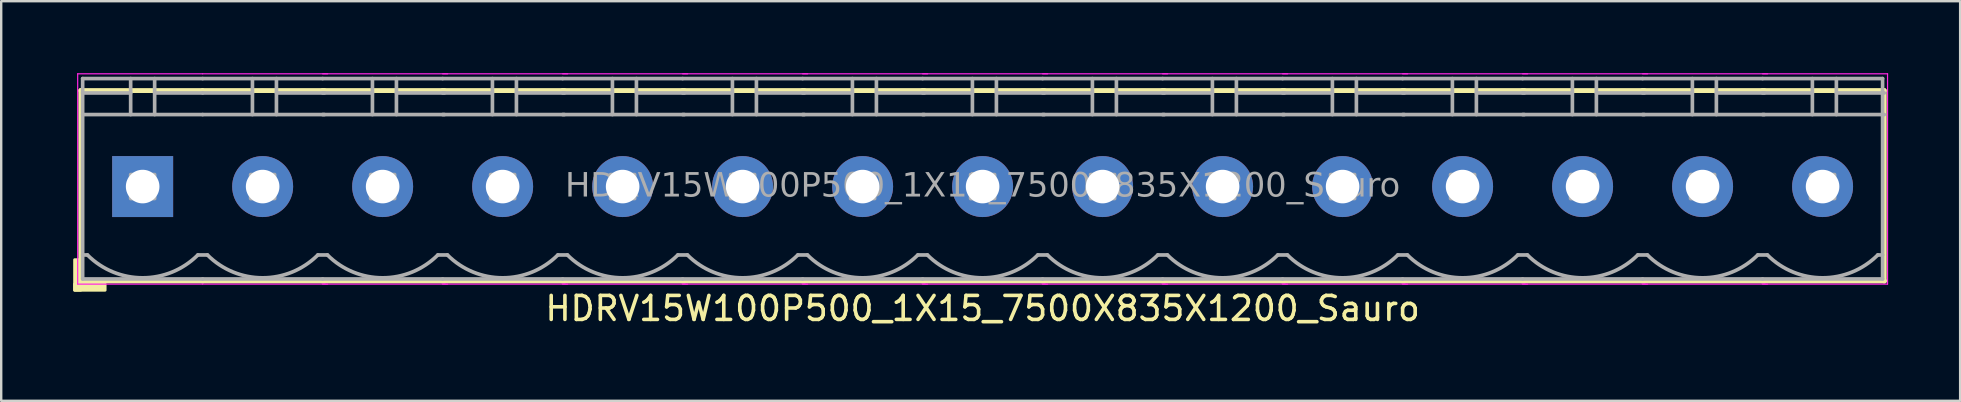
<source format=kicad_pcb>
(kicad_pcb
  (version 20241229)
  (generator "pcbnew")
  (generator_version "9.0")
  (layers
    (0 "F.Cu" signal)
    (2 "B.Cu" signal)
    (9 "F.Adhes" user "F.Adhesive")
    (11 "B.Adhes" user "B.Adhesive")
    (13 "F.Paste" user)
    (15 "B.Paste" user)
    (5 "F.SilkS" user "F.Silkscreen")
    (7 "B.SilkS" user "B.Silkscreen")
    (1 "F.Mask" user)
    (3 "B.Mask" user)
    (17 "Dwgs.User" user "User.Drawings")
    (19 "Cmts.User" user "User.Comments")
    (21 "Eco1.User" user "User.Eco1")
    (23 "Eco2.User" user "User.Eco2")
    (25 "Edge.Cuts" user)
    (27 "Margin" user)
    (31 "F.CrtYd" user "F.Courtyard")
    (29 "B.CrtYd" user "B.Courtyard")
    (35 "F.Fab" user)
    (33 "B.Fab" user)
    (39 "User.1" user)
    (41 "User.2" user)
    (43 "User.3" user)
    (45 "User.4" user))
  (footprint "HDRV15W100P500_1X15_7500X835X1200_Sauro"
    (layer "F.Cu")
    (at 37.894 4.724)
    (property "Reference" "HDRV15W100P500_1X15_7500X835X1200_Sauro" (at 0 5.08 0) (layer "F.SilkS") (effects (font (size 1 1) (thickness 0.15))))
    (attr through_hole)
    (fp_line (start -37.58 -4) (end -37.58 3.937) (stroke (width 0.203) (type solid)) (layer "F.SilkS"))
    (fp_line (start -37.58 3.937) (end -32.5 3.937) (stroke (width 0.203) (type solid)) (layer "F.SilkS"))
    (fp_line (start -32.505 -4) (end -37.58 -4) (stroke (width 0.203) (type solid)) (layer "F.SilkS"))
    (fp_line (start -32.5 3.937) (end -27.42 3.937) (stroke (width 0.203) (type solid)) (layer "F.SilkS"))
    (fp_line (start -27.5 3.937) (end -22.42 3.937) (stroke (width 0.203) (type solid)) (layer "F.SilkS"))
    (fp_line (start -27.43 -4) (end -32.505 -4) (stroke (width 0.203) (type solid)) (layer "F.SilkS"))
    (fp_line (start -22.5 3.937) (end -17.42 3.937) (stroke (width 0.203) (type solid)) (layer "F.SilkS"))
    (fp_line (start -22.43 -4) (end -27.505 -4) (stroke (width 0.203) (type solid)) (layer "F.SilkS"))
    (fp_line (start -17.5 3.937) (end -12.42 3.937) (stroke (width 0.203) (type solid)) (layer "F.SilkS"))
    (fp_line (start -17.43 -4) (end -22.505 -4) (stroke (width 0.203) (type solid)) (layer "F.SilkS"))
    (fp_line (start -12.5 3.937) (end -7.42 3.937) (stroke (width 0.203) (type solid)) (layer "F.SilkS"))
    (fp_line (start -12.43 -4) (end -17.505 -4) (stroke (width 0.203) (type solid)) (layer "F.SilkS"))
    (fp_line (start -7.5 3.937) (end -2.42 3.937) (stroke (width 0.203) (type solid)) (layer "F.SilkS"))
    (fp_line (start -7.43 -4) (end -12.505 -4) (stroke (width 0.203) (type solid)) (layer "F.SilkS"))
    (fp_line (start -2.5 3.937) (end 2.58 3.937) (stroke (width 0.203) (type solid)) (layer "F.SilkS"))
    (fp_line (start -2.43 -4) (end -7.505 -4) (stroke (width 0.203) (type solid)) (layer "F.SilkS"))
    (fp_line (start 2.5 3.937) (end 7.58 3.937) (stroke (width 0.203) (type solid)) (layer "F.SilkS"))
    (fp_line (start 2.57 -4) (end -2.505 -4) (stroke (width 0.203) (type solid)) (layer "F.SilkS"))
    (fp_line (start 7.5 3.937) (end 12.58 3.937) (stroke (width 0.203) (type solid)) (layer "F.SilkS"))
    (fp_line (start 7.57 -4) (end 2.495 -4) (stroke (width 0.203) (type solid)) (layer "F.SilkS"))
    (fp_line (start 12.5 3.937) (end 17.58 3.937) (stroke (width 0.203) (type solid)) (layer "F.SilkS"))
    (fp_line (start 12.57 -4) (end 7.495 -4) (stroke (width 0.203) (type solid)) (layer "F.SilkS"))
    (fp_line (start 17.5 3.937) (end 22.58 3.937) (stroke (width 0.203) (type solid)) (layer "F.SilkS"))
    (fp_line (start 17.57 -4) (end 12.495 -4) (stroke (width 0.203) (type solid)) (layer "F.SilkS"))
    (fp_line (start 22.5 3.937) (end 27.58 3.937) (stroke (width 0.203) (type solid)) (layer "F.SilkS"))
    (fp_line (start 22.57 -4) (end 17.495 -4) (stroke (width 0.203) (type solid)) (layer "F.SilkS"))
    (fp_line (start 27.5 3.937) (end 32.58 3.937) (stroke (width 0.203) (type solid)) (layer "F.SilkS"))
    (fp_line (start 27.57 -4) (end 22.495 -4) (stroke (width 0.203) (type solid)) (layer "F.SilkS"))
    (fp_line (start 32.5 3.937) (end 37.58 3.937) (stroke (width 0.203) (type solid)) (layer "F.SilkS"))
    (fp_line (start 32.57 -4) (end 27.495 -4) (stroke (width 0.203) (type solid)) (layer "F.SilkS"))
    (fp_line (start 37.57 -4) (end 32.495 -4) (stroke (width 0.203) (type solid)) (layer "F.SilkS"))
    (fp_line (start 37.57 -4) (end 37.57 3.937) (stroke (width 0.203) (type solid)) (layer "F.SilkS"))
    (fp_rect (start -37.58 3.048) (end -37.834 4.318) (stroke (width 0.12) (type solid)) (fill yes) (layer "F.SilkS"))
    (fp_rect (start -36.564 4.318) (end -37.834 4.064) (stroke (width 0.12) (type solid)) (fill yes) (layer "F.SilkS"))
    (fp_line (start -37.707 4.064) (end -37.707 -4.699) (stroke (width 0.05) (type solid)) (layer "F.CrtYd"))
    (fp_line (start -32.505 4.064) (end -37.707 4.064) (stroke (width 0.05) (type solid)) (layer "F.CrtYd"))
    (fp_line (start -32.5 -4.699) (end -37.707 -4.699) (stroke (width 0.05) (type solid)) (layer "F.CrtYd"))
    (fp_line (start -27.293 -4.699) (end -32.5 -4.699) (stroke (width 0.05) (type solid)) (layer "F.CrtYd"))
    (fp_line (start -27.293 4.064) (end -32.505 4.064) (stroke (width 0.05) (type solid)) (layer "F.CrtYd"))
    (fp_line (start -22.293 -4.699) (end -27.5 -4.699) (stroke (width 0.05) (type solid)) (layer "F.CrtYd"))
    (fp_line (start -22.293 4.064) (end -27.505 4.064) (stroke (width 0.05) (type solid)) (layer "F.CrtYd"))
    (fp_line (start -17.293 -4.699) (end -22.5 -4.699) (stroke (width 0.05) (type solid)) (layer "F.CrtYd"))
    (fp_line (start -17.293 4.064) (end -22.505 4.064) (stroke (width 0.05) (type solid)) (layer "F.CrtYd"))
    (fp_line (start -12.293 -4.699) (end -17.5 -4.699) (stroke (width 0.05) (type solid)) (layer "F.CrtYd"))
    (fp_line (start -12.293 4.064) (end -17.505 4.064) (stroke (width 0.05) (type solid)) (layer "F.CrtYd"))
    (fp_line (start -7.293 -4.699) (end -12.5 -4.699) (stroke (width 0.05) (type solid)) (layer "F.CrtYd"))
    (fp_line (start -7.293 4.064) (end -12.505 4.064) (stroke (width 0.05) (type solid)) (layer "F.CrtYd"))
    (fp_line (start -2.293 -4.699) (end -7.5 -4.699) (stroke (width 0.05) (type solid)) (layer "F.CrtYd"))
    (fp_line (start -2.293 4.064) (end -7.505 4.064) (stroke (width 0.05) (type solid)) (layer "F.CrtYd"))
    (fp_line (start 2.707 -4.699) (end -2.5 -4.699) (stroke (width 0.05) (type solid)) (layer "F.CrtYd"))
    (fp_line (start 2.707 4.064) (end -2.505 4.064) (stroke (width 0.05) (type solid)) (layer "F.CrtYd"))
    (fp_line (start 7.707 -4.699) (end 2.5 -4.699) (stroke (width 0.05) (type solid)) (layer "F.CrtYd"))
    (fp_line (start 7.707 4.064) (end 2.495 4.064) (stroke (width 0.05) (type solid)) (layer "F.CrtYd"))
    (fp_line (start 12.707 -4.699) (end 7.5 -4.699) (stroke (width 0.05) (type solid)) (layer "F.CrtYd"))
    (fp_line (start 12.707 4.064) (end 7.495 4.064) (stroke (width 0.05) (type solid)) (layer "F.CrtYd"))
    (fp_line (start 17.707 -4.699) (end 12.5 -4.699) (stroke (width 0.05) (type solid)) (layer "F.CrtYd"))
    (fp_line (start 17.707 4.064) (end 12.495 4.064) (stroke (width 0.05) (type solid)) (layer "F.CrtYd"))
    (fp_line (start 22.707 -4.699) (end 17.5 -4.699) (stroke (width 0.05) (type solid)) (layer "F.CrtYd"))
    (fp_line (start 22.707 4.064) (end 17.495 4.064) (stroke (width 0.05) (type solid)) (layer "F.CrtYd"))
    (fp_line (start 27.707 -4.699) (end 22.5 -4.699) (stroke (width 0.05) (type solid)) (layer "F.CrtYd"))
    (fp_line (start 27.707 4.064) (end 22.495 4.064) (stroke (width 0.05) (type solid)) (layer "F.CrtYd"))
    (fp_line (start 32.707 -4.699) (end 27.5 -4.699) (stroke (width 0.05) (type solid)) (layer "F.CrtYd"))
    (fp_line (start 32.707 4.064) (end 27.495 4.064) (stroke (width 0.05) (type solid)) (layer "F.CrtYd"))
    (fp_line (start 37.707 -4.699) (end 32.5 -4.699) (stroke (width 0.05) (type solid)) (layer "F.CrtYd"))
    (fp_line (start 37.707 -4.699) (end 37.707 4.064) (stroke (width 0.05) (type solid)) (layer "F.CrtYd"))
    (fp_line (start 37.707 4.064) (end 32.495 4.064) (stroke (width 0.05) (type solid)) (layer "F.CrtYd"))
    (fp_line (start -37.5 -4.5) (end -37.5 3.85) (stroke (width 0.152) (type solid)) (layer "F.Fab"))
    (fp_line (start -37.3 2.85) (end -37.5 2.85) (stroke (width 0.152) (type solid)) (layer "F.Fab"))
    (fp_line (start -35.5 -4.5) (end -35.5 -3) (stroke (width 0.152) (type default)) (layer "F.Fab"))
    (fp_line (start -35.5 -3.9) (end -37.5 -3.9) (stroke (width 0.152) (type solid)) (layer "F.Fab"))
    (fp_line (start -34.5 -4.5) (end -34.5 -3) (stroke (width 0.152) (type default)) (layer "F.Fab"))
    (fp_line (start -34.5 -3.9) (end -32.5 -3.9) (stroke (width 0.152) (type solid)) (layer "F.Fab"))
    (fp_line (start -32.7 2.85) (end -32.3 2.85) (stroke (width 0.152) (type solid)) (layer "F.Fab"))
    (fp_line (start -32.5 -4.5) (end -37.5 -4.5) (stroke (width 0.152) (type solid)) (layer "F.Fab"))
    (fp_line (start -32.5 -3) (end -37.5 -3) (stroke (width 0.152) (type solid)) (layer "F.Fab"))
    (fp_line (start -32.5 3.85) (end -37.5 3.85) (stroke (width 0.152) (type solid)) (layer "F.Fab"))
    (fp_line (start -32.5 3.85) (end -27.5 3.85) (stroke (width 0.152) (type solid)) (layer "F.Fab"))
    (fp_line (start -30.425 -4.5) (end -30.425 -3) (stroke (width 0.152) (type default)) (layer "F.Fab"))
    (fp_line (start -30.425 -3.9) (end -32.5 -3.9) (stroke (width 0.152) (type solid)) (layer "F.Fab"))
    (fp_line (start -29.425 -4.5) (end -29.425 -3) (stroke (width 0.152) (type default)) (layer "F.Fab"))
    (fp_line (start -29.425 -3.9) (end -27.425 -3.9) (stroke (width 0.152) (type solid)) (layer "F.Fab"))
    (fp_line (start -27.7 2.85) (end -27.3 2.85) (stroke (width 0.152) (type solid)) (layer "F.Fab"))
    (fp_line (start -27.5 -4.5) (end -32.5 -4.5) (stroke (width 0.152) (type solid)) (layer "F.Fab"))
    (fp_line (start -27.5 3.85) (end -22.5 3.85) (stroke (width 0.152) (type solid)) (layer "F.Fab"))
    (fp_line (start -27.425 -3) (end -32.5 -3) (stroke (width 0.152) (type solid)) (layer "F.Fab"))
    (fp_line (start -25.425 -4.5) (end -25.425 -3) (stroke (width 0.152) (type default)) (layer "F.Fab"))
    (fp_line (start -25.425 -3.9) (end -27.5 -3.9) (stroke (width 0.152) (type solid)) (layer "F.Fab"))
    (fp_line (start -24.425 -4.5) (end -24.425 -3) (stroke (width 0.152) (type default)) (layer "F.Fab"))
    (fp_line (start -24.425 -3.9) (end -22.425 -3.9) (stroke (width 0.152) (type solid)) (layer "F.Fab"))
    (fp_line (start -22.7 2.85) (end -22.3 2.85) (stroke (width 0.152) (type solid)) (layer "F.Fab"))
    (fp_line (start -22.5 -4.5) (end -27.5 -4.5) (stroke (width 0.152) (type solid)) (layer "F.Fab"))
    (fp_line (start -22.5 3.85) (end -17.5 3.85) (stroke (width 0.152) (type solid)) (layer "F.Fab"))
    (fp_line (start -22.425 -3) (end -27.5 -3) (stroke (width 0.152) (type solid)) (layer "F.Fab"))
    (fp_line (start -20.425 -4.5) (end -20.425 -3) (stroke (width 0.152) (type default)) (layer "F.Fab"))
    (fp_line (start -20.425 -3.9) (end -22.5 -3.9) (stroke (width 0.152) (type solid)) (layer "F.Fab"))
    (fp_line (start -19.425 -4.5) (end -19.425 -3) (stroke (width 0.152) (type default)) (layer "F.Fab"))
    (fp_line (start -19.425 -3.9) (end -17.425 -3.9) (stroke (width 0.152) (type solid)) (layer "F.Fab"))
    (fp_line (start -17.7 2.85) (end -17.3 2.85) (stroke (width 0.152) (type solid)) (layer "F.Fab"))
    (fp_line (start -17.5 -4.5) (end -22.5 -4.5) (stroke (width 0.152) (type solid)) (layer "F.Fab"))
    (fp_line (start -17.5 3.85) (end -12.5 3.85) (stroke (width 0.152) (type solid)) (layer "F.Fab"))
    (fp_line (start -17.425 -3) (end -22.5 -3) (stroke (width 0.152) (type solid)) (layer "F.Fab"))
    (fp_line (start -15.425 -4.5) (end -15.425 -3) (stroke (width 0.152) (type default)) (layer "F.Fab"))
    (fp_line (start -15.425 -3.9) (end -17.5 -3.9) (stroke (width 0.152) (type solid)) (layer "F.Fab"))
    (fp_line (start -14.425 -4.5) (end -14.425 -3) (stroke (width 0.152) (type default)) (layer "F.Fab"))
    (fp_line (start -14.425 -3.9) (end -12.425 -3.9) (stroke (width 0.152) (type solid)) (layer "F.Fab"))
    (fp_line (start -12.7 2.85) (end -12.3 2.85) (stroke (width 0.152) (type solid)) (layer "F.Fab"))
    (fp_line (start -12.5 -4.5) (end -17.5 -4.5) (stroke (width 0.152) (type solid)) (layer "F.Fab"))
    (fp_line (start -12.5 3.85) (end -7.5 3.85) (stroke (width 0.152) (type solid)) (layer "F.Fab"))
    (fp_line (start -12.425 -3) (end -17.5 -3) (stroke (width 0.152) (type solid)) (layer "F.Fab"))
    (fp_line (start -10.425 -4.5) (end -10.425 -3) (stroke (width 0.152) (type default)) (layer "F.Fab"))
    (fp_line (start -10.425 -3.9) (end -12.5 -3.9) (stroke (width 0.152) (type solid)) (layer "F.Fab"))
    (fp_line (start -9.425 -4.5) (end -9.425 -3) (stroke (width 0.152) (type default)) (layer "F.Fab"))
    (fp_line (start -9.425 -3.9) (end -7.425 -3.9) (stroke (width 0.152) (type solid)) (layer "F.Fab"))
    (fp_line (start -7.7 2.85) (end -7.3 2.85) (stroke (width 0.152) (type solid)) (layer "F.Fab"))
    (fp_line (start -7.5 -4.5) (end -12.5 -4.5) (stroke (width 0.152) (type solid)) (layer "F.Fab"))
    (fp_line (start -7.5 3.85) (end -2.5 3.85) (stroke (width 0.152) (type solid)) (layer "F.Fab"))
    (fp_line (start -7.425 -3) (end -12.5 -3) (stroke (width 0.152) (type solid)) (layer "F.Fab"))
    (fp_line (start -5.425 -4.5) (end -5.425 -3) (stroke (width 0.152) (type default)) (layer "F.Fab"))
    (fp_line (start -5.425 -3.9) (end -7.5 -3.9) (stroke (width 0.152) (type solid)) (layer "F.Fab"))
    (fp_line (start -4.425 -4.5) (end -4.425 -3) (stroke (width 0.152) (type default)) (layer "F.Fab"))
    (fp_line (start -4.425 -3.9) (end -2.425 -3.9) (stroke (width 0.152) (type solid)) (layer "F.Fab"))
    (fp_line (start -2.7 2.85) (end -2.3 2.85) (stroke (width 0.152) (type solid)) (layer "F.Fab"))
    (fp_line (start -2.5 -4.5) (end -7.5 -4.5) (stroke (width 0.152) (type solid)) (layer "F.Fab"))
    (fp_line (start -2.5 3.85) (end 2.5 3.85) (stroke (width 0.152) (type solid)) (layer "F.Fab"))
    (fp_line (start -2.425 -3) (end -7.5 -3) (stroke (width 0.152) (type solid)) (layer "F.Fab"))
    (fp_line (start -0.425 -4.5) (end -0.425 -3) (stroke (width 0.152) (type default)) (layer "F.Fab"))
    (fp_line (start -0.425 -3.9) (end -2.5 -3.9) (stroke (width 0.152) (type solid)) (layer "F.Fab"))
    (fp_line (start 0.575 -4.5) (end 0.575 -3) (stroke (width 0.152) (type default)) (layer "F.Fab"))
    (fp_line (start 0.575 -3.9) (end 2.575 -3.9) (stroke (width 0.152) (type solid)) (layer "F.Fab"))
    (fp_line (start 2.3 2.85) (end 2.7 2.85) (stroke (width 0.152) (type solid)) (layer "F.Fab"))
    (fp_line (start 2.5 -4.5) (end -2.5 -4.5) (stroke (width 0.152) (type solid)) (layer "F.Fab"))
    (fp_line (start 2.5 3.85) (end 7.5 3.85) (stroke (width 0.152) (type solid)) (layer "F.Fab"))
    (fp_line (start 2.575 -3) (end -2.5 -3) (stroke (width 0.152) (type solid)) (layer "F.Fab"))
    (fp_line (start 4.575 -4.5) (end 4.575 -3) (stroke (width 0.152) (type default)) (layer "F.Fab"))
    (fp_line (start 4.575 -3.9) (end 2.5 -3.9) (stroke (width 0.152) (type solid)) (layer "F.Fab"))
    (fp_line (start 5.575 -4.5) (end 5.575 -3) (stroke (width 0.152) (type default)) (layer "F.Fab"))
    (fp_line (start 5.575 -3.9) (end 7.575 -3.9) (stroke (width 0.152) (type solid)) (layer "F.Fab"))
    (fp_line (start 7.3 2.85) (end 7.7 2.85) (stroke (width 0.152) (type solid)) (layer "F.Fab"))
    (fp_line (start 7.5 -4.5) (end 2.5 -4.5) (stroke (width 0.152) (type solid)) (layer "F.Fab"))
    (fp_line (start 7.5 3.85) (end 12.5 3.85) (stroke (width 0.152) (type solid)) (layer "F.Fab"))
    (fp_line (start 7.575 -3) (end 2.5 -3) (stroke (width 0.152) (type solid)) (layer "F.Fab"))
    (fp_line (start 9.575 -4.5) (end 9.575 -3) (stroke (width 0.152) (type default)) (layer "F.Fab"))
    (fp_line (start 9.575 -3.9) (end 7.5 -3.9) (stroke (width 0.152) (type solid)) (layer "F.Fab"))
    (fp_line (start 10.575 -4.5) (end 10.575 -3) (stroke (width 0.152) (type default)) (layer "F.Fab"))
    (fp_line (start 10.575 -3.9) (end 12.575 -3.9) (stroke (width 0.152) (type solid)) (layer "F.Fab"))
    (fp_line (start 12.3 2.85) (end 12.7 2.85) (stroke (width 0.152) (type solid)) (layer "F.Fab"))
    (fp_line (start 12.5 -4.5) (end 7.5 -4.5) (stroke (width 0.152) (type solid)) (layer "F.Fab"))
    (fp_line (start 12.5 3.85) (end 17.5 3.85) (stroke (width 0.152) (type solid)) (layer "F.Fab"))
    (fp_line (start 12.575 -3) (end 7.5 -3) (stroke (width 0.152) (type solid)) (layer "F.Fab"))
    (fp_line (start 14.575 -4.5) (end 14.575 -3) (stroke (width 0.152) (type default)) (layer "F.Fab"))
    (fp_line (start 14.575 -3.9) (end 12.5 -3.9) (stroke (width 0.152) (type solid)) (layer "F.Fab"))
    (fp_line (start 15.575 -4.5) (end 15.575 -3) (stroke (width 0.152) (type default)) (layer "F.Fab"))
    (fp_line (start 15.575 -3.9) (end 17.575 -3.9) (stroke (width 0.152) (type solid)) (layer "F.Fab"))
    (fp_line (start 17.3 2.85) (end 17.7 2.85) (stroke (width 0.152) (type solid)) (layer "F.Fab"))
    (fp_line (start 17.5 -4.5) (end 12.5 -4.5) (stroke (width 0.152) (type solid)) (layer "F.Fab"))
    (fp_line (start 17.5 3.85) (end 22.5 3.85) (stroke (width 0.152) (type solid)) (layer "F.Fab"))
    (fp_line (start 17.575 -3) (end 12.5 -3) (stroke (width 0.152) (type solid)) (layer "F.Fab"))
    (fp_line (start 19.575 -4.5) (end 19.575 -3) (stroke (width 0.152) (type default)) (layer "F.Fab"))
    (fp_line (start 19.575 -3.9) (end 17.5 -3.9) (stroke (width 0.152) (type solid)) (layer "F.Fab"))
    (fp_line (start 20.575 -4.5) (end 20.575 -3) (stroke (width 0.152) (type default)) (layer "F.Fab"))
    (fp_line (start 20.575 -3.9) (end 22.575 -3.9) (stroke (width 0.152) (type solid)) (layer "F.Fab"))
    (fp_line (start 22.3 2.85) (end 22.7 2.85) (stroke (width 0.152) (type solid)) (layer "F.Fab"))
    (fp_line (start 22.5 -4.5) (end 17.5 -4.5) (stroke (width 0.152) (type solid)) (layer "F.Fab"))
    (fp_line (start 22.5 3.85) (end 27.5 3.85) (stroke (width 0.152) (type solid)) (layer "F.Fab"))
    (fp_line (start 22.575 -3) (end 17.5 -3) (stroke (width 0.152) (type solid)) (layer "F.Fab"))
    (fp_line (start 24.575 -4.5) (end 24.575 -3) (stroke (width 0.152) (type default)) (layer "F.Fab"))
    (fp_line (start 24.575 -3.9) (end 22.5 -3.9) (stroke (width 0.152) (type solid)) (layer "F.Fab"))
    (fp_line (start 25.575 -4.5) (end 25.575 -3) (stroke (width 0.152) (type default)) (layer "F.Fab"))
    (fp_line (start 25.575 -3.9) (end 27.575 -3.9) (stroke (width 0.152) (type solid)) (layer "F.Fab"))
    (fp_line (start 27.3 2.85) (end 27.7 2.85) (stroke (width 0.152) (type solid)) (layer "F.Fab"))
    (fp_line (start 27.5 -4.5) (end 22.5 -4.5) (stroke (width 0.152) (type solid)) (layer "F.Fab"))
    (fp_line (start 27.5 3.85) (end 32.5 3.85) (stroke (width 0.152) (type solid)) (layer "F.Fab"))
    (fp_line (start 27.575 -3) (end 22.5 -3) (stroke (width 0.152) (type solid)) (layer "F.Fab"))
    (fp_line (start 29.575 -4.5) (end 29.575 -3) (stroke (width 0.152) (type default)) (layer "F.Fab"))
    (fp_line (start 29.575 -3.9) (end 27.5 -3.9) (stroke (width 0.152) (type solid)) (layer "F.Fab"))
    (fp_line (start 30.575 -4.5) (end 30.575 -3) (stroke (width 0.152) (type default)) (layer "F.Fab"))
    (fp_line (start 30.575 -3.9) (end 32.575 -3.9) (stroke (width 0.152) (type solid)) (layer "F.Fab"))
    (fp_line (start 32.3 2.85) (end 32.7 2.85) (stroke (width 0.152) (type solid)) (layer "F.Fab"))
    (fp_line (start 32.5 -4.5) (end 27.5 -4.5) (stroke (width 0.152) (type solid)) (layer "F.Fab"))
    (fp_line (start 32.5 3.85) (end 37.5 3.85) (stroke (width 0.152) (type solid)) (layer "F.Fab"))
    (fp_line (start 32.575 -3) (end 27.5 -3) (stroke (width 0.152) (type solid)) (layer "F.Fab"))
    (fp_line (start 34.575 -4.5) (end 34.575 -3) (stroke (width 0.152) (type default)) (layer "F.Fab"))
    (fp_line (start 34.575 -3.9) (end 32.5 -3.9) (stroke (width 0.152) (type solid)) (layer "F.Fab"))
    (fp_line (start 35.575 -4.5) (end 35.575 -3) (stroke (width 0.152) (type default)) (layer "F.Fab"))
    (fp_line (start 35.575 -3.9) (end 37.575 -3.9) (stroke (width 0.152) (type solid)) (layer "F.Fab"))
    (fp_line (start 37.5 -4.5) (end 32.5 -4.5) (stroke (width 0.152) (type solid)) (layer "F.Fab"))
    (fp_line (start 37.5 -4.5) (end 37.5 3.85) (stroke (width 0.152) (type solid)) (layer "F.Fab"))
    (fp_line (start 37.5 2.85) (end 37.3 2.85) (stroke (width 0.152) (type solid)) (layer "F.Fab"))
    (fp_line (start 37.575 -3) (end 32.5 -3) (stroke (width 0.152) (type solid)) (layer "F.Fab"))
    (fp_rect (start -35.5 -0.5) (end -34.5 0.5) (stroke (width 0.152) (type solid)) (fill no) (layer "F.Fab"))
    (fp_rect (start -30.5 -0.5) (end -29.5 0.5) (stroke (width 0.152) (type solid)) (fill no) (layer "F.Fab"))
    (fp_rect (start -25.5 -0.5) (end -24.5 0.5) (stroke (width 0.152) (type solid)) (fill no) (layer "F.Fab"))
    (fp_rect (start -20.5 -0.5) (end -19.5 0.5) (stroke (width 0.152) (type solid)) (fill no) (layer "F.Fab"))
    (fp_rect (start -15.5 -0.5) (end -14.5 0.5) (stroke (width 0.152) (type solid)) (fill no) (layer "F.Fab"))
    (fp_rect (start -10.5 -0.5) (end -9.5 0.5) (stroke (width 0.152) (type solid)) (fill no) (layer "F.Fab"))
    (fp_rect (start -5.5 -0.5) (end -4.5 0.5) (stroke (width 0.152) (type solid)) (fill no) (layer "F.Fab"))
    (fp_rect (start -0.5 -0.5) (end 0.5 0.5) (stroke (width 0.152) (type solid)) (fill no) (layer "F.Fab"))
    (fp_rect (start 4.5 -0.5) (end 5.5 0.5) (stroke (width 0.152) (type solid)) (fill no) (layer "F.Fab"))
    (fp_rect (start 9.5 -0.5) (end 10.5 0.5) (stroke (width 0.152) (type solid)) (fill no) (layer "F.Fab"))
    (fp_rect (start 14.5 -0.5) (end 15.5 0.5) (stroke (width 0.152) (type solid)) (fill no) (layer "F.Fab"))
    (fp_rect (start 19.5 -0.5) (end 20.5 0.5) (stroke (width 0.152) (type solid)) (fill no) (layer "F.Fab"))
    (fp_rect (start 24.5 -0.5) (end 25.5 0.5) (stroke (width 0.152) (type solid)) (fill no) (layer "F.Fab"))
    (fp_rect (start 29.5 -0.5) (end 30.5 0.5) (stroke (width 0.152) (type solid)) (fill no) (layer "F.Fab"))
    (fp_rect (start 34.5 -0.5) (end 35.5 0.5) (stroke (width 0.152) (type solid)) (fill no) (layer "F.Fab"))
    (fp_arc (start -32.7 2.85) (mid -35 3.802691) (end -37.3 2.85) (stroke (width 0.1524) (type default)) (layer "F.Fab"))
    (fp_arc (start -27.7 2.85) (mid -30 3.802691) (end -32.3 2.85) (stroke (width 0.1524) (type default)) (layer "F.Fab"))
    (fp_arc (start -22.7 2.85) (mid -25 3.802691) (end -27.3 2.85) (stroke (width 0.1524) (type default)) (layer "F.Fab"))
    (fp_arc (start -17.7 2.85) (mid -20 3.802691) (end -22.3 2.85) (stroke (width 0.1524) (type default)) (layer "F.Fab"))
    (fp_arc (start -12.7 2.85) (mid -15 3.802691) (end -17.3 2.85) (stroke (width 0.1524) (type default)) (layer "F.Fab"))
    (fp_arc (start -7.7 2.85) (mid -10 3.802691) (end -12.3 2.85) (stroke (width 0.1524) (type default)) (layer "F.Fab"))
    (fp_arc (start -2.7 2.85) (mid -5 3.802691) (end -7.3 2.85) (stroke (width 0.1524) (type default)) (layer "F.Fab"))
    (fp_arc (start 2.3 2.85) (mid 0 3.802691) (end -2.3 2.85) (stroke (width 0.1524) (type default)) (layer "F.Fab"))
    (fp_arc (start 7.3 2.85) (mid 5 3.802691) (end 2.7 2.85) (stroke (width 0.1524) (type default)) (layer "F.Fab"))
    (fp_arc (start 12.3 2.85) (mid 10 3.802691) (end 7.7 2.85) (stroke (width 0.1524) (type default)) (layer "F.Fab"))
    (fp_arc (start 17.3 2.85) (mid 15 3.802691) (end 12.7 2.85) (stroke (width 0.1524) (type default)) (layer "F.Fab"))
    (fp_arc (start 22.3 2.85) (mid 20 3.802691) (end 17.7 2.85) (stroke (width 0.1524) (type default)) (layer "F.Fab"))
    (fp_arc (start 27.3 2.85) (mid 25 3.802691) (end 22.7 2.85) (stroke (width 0.1524) (type default)) (layer "F.Fab"))
    (fp_arc (start 32.3 2.85) (mid 30 3.802691) (end 27.7 2.85) (stroke (width 0.1524) (type default)) (layer "F.Fab"))
    (fp_arc (start 37.3 2.85) (mid 35 3.802691) (end 32.7 2.85) (stroke (width 0.1524) (type default)) (layer "F.Fab"))
    (fp_text user "${REFERENCE}" (at 0 0 0) (layer "F.Fab") (effects (font (face "Tahoma") (size 1 1) (thickness 0.15))))
    (pad "1" thru_hole rect (at -35 0) (size 2.54 2.54) (drill 1.4) (layers "*.Cu" "*.Mask"))
    (pad "2" thru_hole circle (at -30 0) (size 2.54 2.54) (drill 1.4) (layers "*.Cu" "*.Mask"))
    (pad "3" thru_hole circle (at -25 0) (size 2.54 2.54) (drill 1.4) (layers "*.Cu" "*.Mask"))
    (pad "4" thru_hole circle (at -20 0) (size 2.54 2.54) (drill 1.4) (layers "*.Cu" "*.Mask"))
    (pad "5" thru_hole circle (at -15 0) (size 2.54 2.54) (drill 1.4) (layers "*.Cu" "*.Mask"))
    (pad "6" thru_hole circle (at -10 0) (size 2.54 2.54) (drill 1.4) (layers "*.Cu" "*.Mask"))
    (pad "7" thru_hole circle (at -5 0) (size 2.54 2.54) (drill 1.4) (layers "*.Cu" "*.Mask"))
    (pad "8" thru_hole circle (at 0 0) (size 2.54 2.54) (drill 1.4) (layers "*.Cu" "*.Mask"))
    (pad "9" thru_hole circle (at 5 0) (size 2.54 2.54) (drill 1.4) (layers "*.Cu" "*.Mask"))
    (pad "10" thru_hole circle (at 10 0) (size 2.54 2.54) (drill 1.4) (layers "*.Cu" "*.Mask"))
    (pad "11" thru_hole circle (at 15 0) (size 2.54 2.54) (drill 1.4) (layers "*.Cu" "*.Mask"))
    (pad "12" thru_hole circle (at 20 0) (size 2.54 2.54) (drill 1.4) (layers "*.Cu" "*.Mask"))
    (pad "13" thru_hole circle (at 25 0) (size 2.54 2.54) (drill 1.4) (layers "*.Cu" "*.Mask"))
    (pad "14" thru_hole circle (at 30 0) (size 2.54 2.54) (drill 1.4) (layers "*.Cu" "*.Mask"))
    (pad "15" thru_hole circle (at 35 0) (size 2.54 2.54) (drill 1.4) (layers "*.Cu" "*.Mask")))
  (gr_rect
    (start -3 -3)
    (end 78.626 13.652)
    (stroke (width 0.1) (type default))
    (fill no)
    (layer "Edge.Cuts")))
</source>
